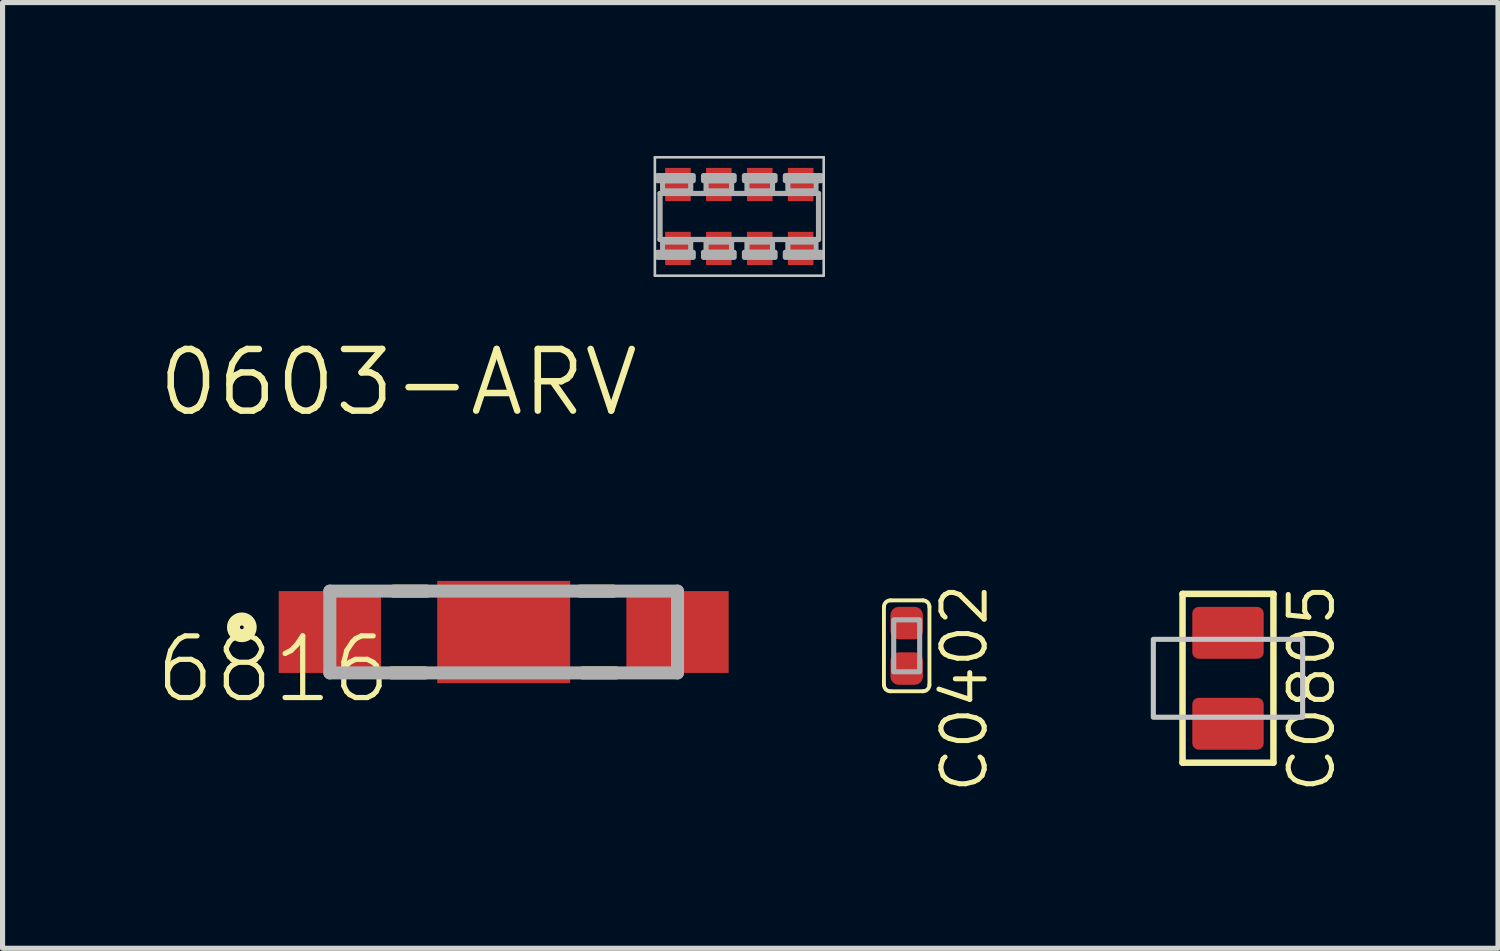
<source format=kicad_pcb>
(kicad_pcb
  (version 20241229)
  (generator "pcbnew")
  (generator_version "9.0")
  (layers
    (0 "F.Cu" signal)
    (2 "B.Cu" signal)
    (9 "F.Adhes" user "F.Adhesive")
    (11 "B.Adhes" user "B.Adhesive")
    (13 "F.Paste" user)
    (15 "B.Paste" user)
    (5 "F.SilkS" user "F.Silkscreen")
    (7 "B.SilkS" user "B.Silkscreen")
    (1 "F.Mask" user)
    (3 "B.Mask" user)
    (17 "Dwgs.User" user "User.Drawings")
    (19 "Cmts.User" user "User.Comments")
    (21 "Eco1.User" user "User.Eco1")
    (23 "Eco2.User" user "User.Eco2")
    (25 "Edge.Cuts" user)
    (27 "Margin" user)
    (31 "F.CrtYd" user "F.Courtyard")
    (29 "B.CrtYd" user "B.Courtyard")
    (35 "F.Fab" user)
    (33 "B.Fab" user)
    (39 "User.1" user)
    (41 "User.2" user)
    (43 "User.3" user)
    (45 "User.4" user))
  (footprint "0603-ARV"
    (layer "F.Cu")
    (at 11.409 1.184)
    (property "Reference" "0603-ARV" (at -1.905 2.54 0) (layer "F.SilkS") (effects (font (size 1.206 1.206) (thickness 0.127)) (justify right top)))
    (attr through_hole)
    (fp_line (start -1.651 -1.158) (end 1.651 -1.158) (stroke (width 0.051) (type solid)) (layer "Dwgs.User"))
    (fp_line (start -1.651 1.158) (end -1.651 -1.158) (stroke (width 0.051) (type solid)) (layer "Dwgs.User"))
    (fp_line (start 1.651 -1.158) (end 1.651 1.158) (stroke (width 0.051) (type solid)) (layer "Dwgs.User"))
    (fp_line (start 1.651 1.158) (end -1.651 1.158) (stroke (width 0.051) (type solid)) (layer "Dwgs.User"))
    (fp_line (start -1.55 -0.45) (end 1.55 -0.45) (stroke (width 0.102) (type solid)) (layer "F.Fab"))
    (fp_line (start -1.55 0.45) (end -1.55 -0.45) (stroke (width 0.102) (type solid)) (layer "F.Fab"))
    (fp_line (start 1.55 -0.45) (end 1.55 0.45) (stroke (width 0.102) (type solid)) (layer "F.Fab"))
    (fp_line (start 1.55 0.45) (end -1.55 0.45) (stroke (width 0.102) (type solid)) (layer "F.Fab"))
    (fp_poly (pts (xy -1.6 -0.7) (xy -0.9 -0.7) (xy -0.9 -0.8) (xy -1.6 -0.8)) (stroke (width 0.1) (type solid)) (fill no) (layer "F.Fab"))
    (fp_poly (pts (xy -1.6 0.8) (xy -0.9 0.8) (xy -0.9 0.7) (xy -1.6 0.7)) (stroke (width 0.1) (type solid)) (fill no) (layer "F.Fab"))
    (fp_poly (pts (xy -1.5 -0.5) (xy -0.95 -0.5) (xy -0.95 -0.7) (xy -1.5 -0.7)) (stroke (width 0.1) (type solid)) (fill no) (layer "F.Fab"))
    (fp_poly (pts (xy -1.5 0.7) (xy -0.95 0.7) (xy -0.95 0.5) (xy -1.5 0.5)) (stroke (width 0.1) (type solid)) (fill no) (layer "F.Fab"))
    (fp_poly (pts (xy -0.7 -0.7) (xy -0.1 -0.7) (xy -0.1 -0.8) (xy -0.7 -0.8)) (stroke (width 0.1) (type solid)) (fill no) (layer "F.Fab"))
    (fp_poly (pts (xy -0.7 0.8) (xy -0.1 0.8) (xy -0.1 0.7) (xy -0.7 0.7)) (stroke (width 0.1) (type solid)) (fill no) (layer "F.Fab"))
    (fp_poly (pts (xy -0.65 -0.5) (xy -0.15 -0.5) (xy -0.15 -0.7) (xy -0.65 -0.7)) (stroke (width 0.1) (type solid)) (fill no) (layer "F.Fab"))
    (fp_poly (pts (xy -0.65 0.7) (xy -0.15 0.7) (xy -0.15 0.5) (xy -0.65 0.5)) (stroke (width 0.1) (type solid)) (fill no) (layer "F.Fab"))
    (fp_poly (pts (xy 0.1 -0.7) (xy 0.7 -0.7) (xy 0.7 -0.8) (xy 0.1 -0.8)) (stroke (width 0.1) (type solid)) (fill no) (layer "F.Fab"))
    (fp_poly (pts (xy 0.1 0.8) (xy 0.7 0.8) (xy 0.7 0.7) (xy 0.1 0.7)) (stroke (width 0.1) (type solid)) (fill no) (layer "F.Fab"))
    (fp_poly (pts (xy 0.15 -0.5) (xy 0.65 -0.5) (xy 0.65 -0.7) (xy 0.15 -0.7)) (stroke (width 0.1) (type solid)) (fill no) (layer "F.Fab"))
    (fp_poly (pts (xy 0.15 0.7) (xy 0.65 0.7) (xy 0.65 0.5) (xy 0.15 0.5)) (stroke (width 0.1) (type solid)) (fill no) (layer "F.Fab"))
    (fp_poly (pts (xy 0.9 -0.7) (xy 1.6 -0.7) (xy 1.6 -0.8) (xy 0.9 -0.8)) (stroke (width 0.1) (type solid)) (fill no) (layer "F.Fab"))
    (fp_poly (pts (xy 0.9 0.8) (xy 1.6 0.8) (xy 1.6 0.7) (xy 0.9 0.7)) (stroke (width 0.1) (type solid)) (fill no) (layer "F.Fab"))
    (fp_poly (pts (xy 0.95 -0.5) (xy 1.5 -0.5) (xy 1.5 -0.7) (xy 0.95 -0.7)) (stroke (width 0.1) (type solid)) (fill no) (layer "F.Fab"))
    (fp_poly (pts (xy 0.95 0.7) (xy 1.5 0.7) (xy 1.5 0.5) (xy 0.95 0.5)) (stroke (width 0.1) (type solid)) (fill no) (layer "F.Fab"))
    (pad "1" smd rect (at -1.2 0.625) (size 0.5 0.65) (layers "F.Cu" "F.Mask" "F.Paste"))
    (pad "2" smd rect (at -0.4 0.625) (size 0.5 0.65) (layers "F.Cu" "F.Mask" "F.Paste"))
    (pad "3" smd rect (at 0.4 0.625) (size 0.5 0.65) (layers "F.Cu" "F.Mask" "F.Paste"))
    (pad "4" smd rect (at 1.2 0.625) (size 0.5 0.65) (layers "F.Cu" "F.Mask" "F.Paste"))
    (pad "5" smd rect (at 1.2 -0.625) (size 0.5 0.65) (layers "F.Cu" "F.Mask" "F.Paste"))
    (pad "6" smd rect (at 0.4 -0.625) (size 0.5 0.65) (layers "F.Cu" "F.Mask" "F.Paste"))
    (pad "7" smd rect (at -0.4 -0.625) (size 0.5 0.65) (layers "F.Cu" "F.Mask" "F.Paste"))
    (pad "8" smd rect (at -1.2 -0.625) (size 0.5 0.65) (layers "F.Cu" "F.Mask" "F.Paste")))
  (footprint "C0402"
    (layer "F.Cu")
    (at 14.683 9.581)
    (property "Reference" "C0402" (at 0.635 -1.27 90) (layer "F.SilkS") (effects (font (size 0.845 0.845) (thickness 0.098)) (justify right top)))
    (attr through_hole)
    (fp_line (start -0.445 0.762) (end -0.445 -0.762) (stroke (width 0.076) (type solid)) (layer "F.SilkS"))
    (fp_line (start -0.318 -0.889) (end 0.318 -0.889) (stroke (width 0.076) (type solid)) (layer "F.SilkS"))
    (fp_line (start 0.318 0.889) (end -0.318 0.889) (stroke (width 0.076) (type solid)) (layer "F.SilkS"))
    (fp_line (start 0.445 -0.762) (end 0.445 0.762) (stroke (width 0.076) (type solid)) (layer "F.SilkS"))
    (fp_arc (start -0.4445 -0.762) (mid -0.407303 -0.851803) (end -0.3175 -0.889) (stroke (width 0.0762) (type solid)) (layer "F.SilkS"))
    (fp_arc (start -0.3175 0.889) (mid -0.407303 0.851803) (end -0.4445 0.762) (stroke (width 0.0762) (type solid)) (layer "F.SilkS"))
    (fp_arc (start 0.3175 -0.889) (mid 0.407303 -0.851803) (end 0.4445 -0.762) (stroke (width 0.0762) (type solid)) (layer "F.SilkS"))
    (fp_arc (start 0.4445 0.762) (mid 0.407303 0.851803) (end 0.3175 0.889) (stroke (width 0.0762) (type solid)) (layer "F.SilkS"))
    (fp_poly (pts (xy 0.254 -0.508) (xy 0.254 0.508) (xy -0.254 0.508) (xy -0.254 -0.508)) (stroke (width 0.1) (type solid)) (fill no) (layer "F.Fab"))
    (pad "1" smd roundrect (at 0 -0.445 270) (size 0.635 0.635) (layers "F.Cu" "F.Mask" "F.Paste") (roundrect_rratio 0.25))
    (pad "2" smd roundrect (at 0 0.445 270) (size 0.635 0.635) (layers "F.Cu" "F.Mask" "F.Paste") (roundrect_rratio 0.25)))
  (footprint "6816"
    (layer "F.Cu")
    (at 6.801 9.311)
    (property "Reference" "6816" (at -2.141 0.023 0) (layer "F.SilkS") (effects (font (size 1.206 1.206) (thickness 0.102)) (justify right top)))
    (attr through_hole)
    (fp_line (start -2.187 0.8) (end -1.54 0.8) (stroke (width 0.254) (type solid)) (layer "F.SilkS"))
    (fp_line (start -2.152 -0.8) (end -1.505 -0.8) (stroke (width 0.254) (type solid)) (layer "F.SilkS"))
    (fp_line (start 1.498 -0.8) (end 2.145 -0.8) (stroke (width 0.254) (type solid)) (layer "F.SilkS"))
    (fp_line (start 1.544 0.8) (end 2.191 0.8) (stroke (width 0.254) (type solid)) (layer "F.SilkS"))
    (fp_circle (center -5.121 -0.092) (end -4.957 -0.092) (stroke (width 0.254) (type solid)) (fill no) (layer "F.SilkS"))
    (fp_line (start -3.4 -0.8) (end 3.4 -0.8) (stroke (width 0.254) (type solid)) (layer "F.Fab"))
    (fp_line (start -3.4 0.8) (end -3.4 -0.8) (stroke (width 0.254) (type solid)) (layer "F.Fab"))
    (fp_line (start 3.4 -0.8) (end 3.4 0.8) (stroke (width 0.254) (type solid)) (layer "F.Fab"))
    (fp_line (start 3.4 0.8) (end -3.4 0.8) (stroke (width 0.254) (type solid)) (layer "F.Fab"))
    (pad "1" smd rect (at -3.4 0) (size 2 1.6) (layers "F.Cu" "F.Mask" "F.Paste"))
    (pad "2" smd rect (at 0 0) (size 2.6 2) (layers "F.Cu" "F.Mask" "F.Paste"))
    (pad "3" smd rect (at 3.4 0) (size 2 1.6) (layers "F.Cu" "F.Mask" "F.Paste")))
  (footprint "C0805"
    (layer "F.Cu")
    (at 20.967 10.216)
    (property "Reference" "C0805" (at 1.143 -1.905 90) (layer "F.SilkS") (effects (font (size 0.845 0.845) (thickness 0.098)) (justify right top)))
    (attr through_hole)
    (fp_line (start -0.889 -1.651) (end 0.889 -1.651) (stroke (width 0.127) (type solid)) (layer "F.SilkS"))
    (fp_line (start -0.889 1.651) (end -0.889 -1.651) (stroke (width 0.127) (type solid)) (layer "F.SilkS"))
    (fp_line (start 0.889 -1.651) (end 0.889 1.651) (stroke (width 0.127) (type solid)) (layer "F.SilkS"))
    (fp_line (start 0.889 1.651) (end -0.889 1.651) (stroke (width 0.127) (type solid)) (layer "F.SilkS"))
    (fp_poly (pts (xy -1.46 0.762) (xy 1.46 0.762) (xy 1.46 -0.762) (xy -1.46 -0.762)) (stroke (width 0.1) (type solid)) (fill no) (layer "Dwgs.User"))
    (pad "1" smd roundrect (at 0 -0.889 270) (size 1.016 1.397) (layers "F.Cu" "F.Mask" "F.Paste") (roundrect_rratio 0.125))
    (pad "2" smd roundrect (at 0 0.889 270) (size 1.016 1.397) (layers "F.Cu" "F.Mask" "F.Paste") (roundrect_rratio 0.125)))
  (gr_rect
    (start -3 -3)
    (end 26.248 15.497)
    (stroke (width 0.1) (type default))
    (fill no)
    (layer "Edge.Cuts")))
</source>
